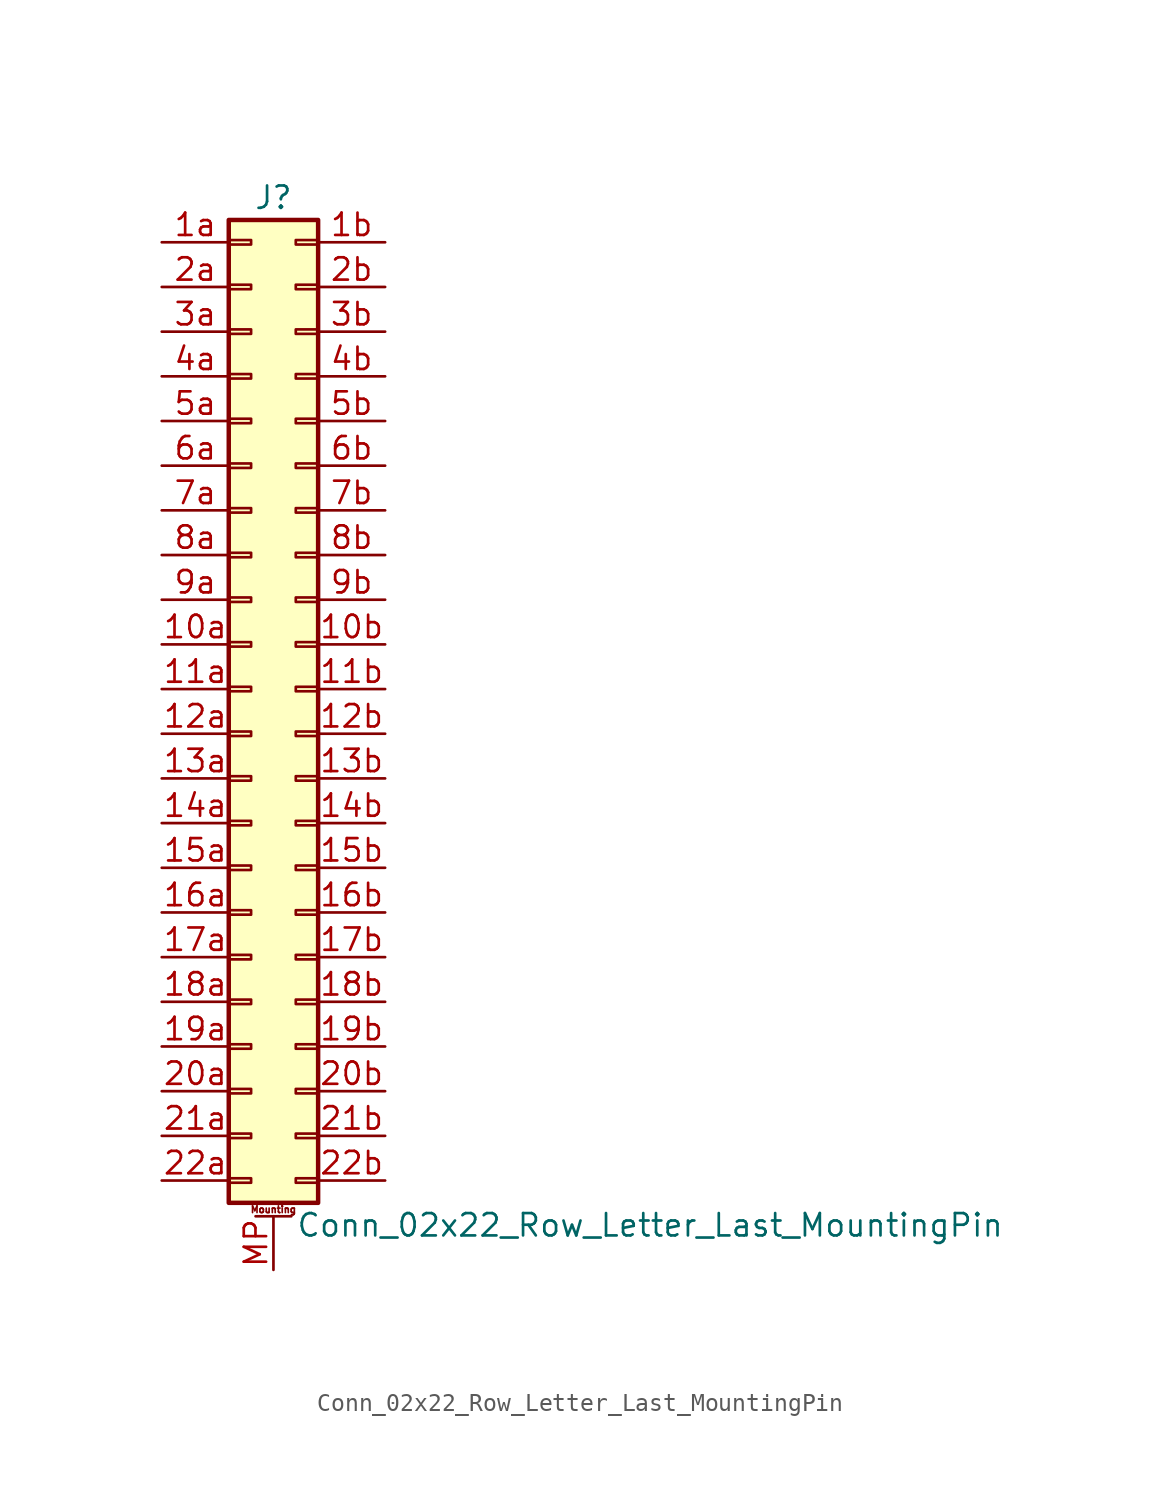
<source format=kicad_sym>
(kicad_symbol_lib
  (version 20201005)
  (generator kicad_symbol_editor)
  (symbol "Connector_Generic_MountingPin:Conn_02x22_Row_Letter_Last_MountingPin"
    (pin_names
      (offset 1.016) hide)
    (property "Reference" "J"
      (at 1.27 27.94 0)
      (effects (font (size 1.27 1.27))))
    (property "Value" "Conn_02x22_Row_Letter_Last_MountingPin"
      (at 2.54 -30.48 0)
      (effects (font (size 1.27 1.27)) (justify left)))
    (symbol "Conn_02x22_Row_Letter_Last_MountingPin_1_1"
      (text "Mounting" (at 1.27 -29.591 0) (effects (font (size 0.381 0.381))))
      (rectangle (start -1.27 -27.813) (end 0 -28.067) (stroke (width 0.152)) (fill (type none)))
      (rectangle (start -1.27 -4.953) (end 0 -5.207) (stroke (width 0.152)) (fill (type none)))
      (rectangle (start -1.27 -7.493) (end 0 -7.747) (stroke (width 0.152)) (fill (type none)))
      (rectangle (start -1.27 -10.033) (end 0 -10.287) (stroke (width 0.152)) (fill (type none)))
      (rectangle (start -1.27 -12.573) (end 0 -12.827) (stroke (width 0.152)) (fill (type none)))
      (rectangle (start -1.27 -15.113) (end 0 -15.367) (stroke (width 0.152)) (fill (type none)))
      (rectangle (start -1.27 -17.653) (end 0 -17.907) (stroke (width 0.152)) (fill (type none)))
      (rectangle (start -1.27 -20.193) (end 0 -20.447) (stroke (width 0.152)) (fill (type none)))
      (rectangle (start -1.27 -22.733) (end 0 -22.987) (stroke (width 0.152)) (fill (type none)))
      (rectangle (start -1.27 -2.413) (end 0 -2.667) (stroke (width 0.152)) (fill (type none)))
      (rectangle (start -1.27 -25.273) (end 0 -25.527) (stroke (width 0.152)) (fill (type none)))
      (rectangle (start -1.27 25.527) (end 0 25.273) (stroke (width 0.152)) (fill (type none)))
      (rectangle (start -1.27 2.667) (end 0 2.413) (stroke (width 0.152)) (fill (type none)))
      (rectangle (start -1.27 26.67) (end 3.81 -29.21) (stroke (width 0.254)) (fill (type background)))
      (rectangle (start -1.27 5.207) (end 0 4.953) (stroke (width 0.152)) (fill (type none)))
      (rectangle (start -1.27 7.747) (end 0 7.493) (stroke (width 0.152)) (fill (type none)))
      (rectangle (start -1.27 10.287) (end 0 10.033) (stroke (width 0.152)) (fill (type none)))
      (rectangle (start -1.27 0.127) (end 0 -0.127) (stroke (width 0.152)) (fill (type none)))
      (rectangle (start -1.27 12.827) (end 0 12.573) (stroke (width 0.152)) (fill (type none)))
      (rectangle (start -1.27 15.367) (end 0 15.113) (stroke (width 0.152)) (fill (type none)))
      (rectangle (start -1.27 17.907) (end 0 17.653) (stroke (width 0.152)) (fill (type none)))
      (rectangle (start -1.27 20.447) (end 0 20.193) (stroke (width 0.152)) (fill (type none)))
      (rectangle (start -1.27 22.987) (end 0 22.733) (stroke (width 0.152)) (fill (type none)))
      (rectangle (start 3.81 -27.813) (end 2.54 -28.067) (stroke (width 0.152)) (fill (type none)))
      (rectangle (start 3.81 -4.953) (end 2.54 -5.207) (stroke (width 0.152)) (fill (type none)))
      (rectangle (start 3.81 -7.493) (end 2.54 -7.747) (stroke (width 0.152)) (fill (type none)))
      (rectangle (start 3.81 -10.033) (end 2.54 -10.287) (stroke (width 0.152)) (fill (type none)))
      (rectangle (start 3.81 -12.573) (end 2.54 -12.827) (stroke (width 0.152)) (fill (type none)))
      (rectangle (start 3.81 -15.113) (end 2.54 -15.367) (stroke (width 0.152)) (fill (type none)))
      (rectangle (start 3.81 -17.653) (end 2.54 -17.907) (stroke (width 0.152)) (fill (type none)))
      (rectangle (start 3.81 -20.193) (end 2.54 -20.447) (stroke (width 0.152)) (fill (type none)))
      (rectangle (start 3.81 -22.733) (end 2.54 -22.987) (stroke (width 0.152)) (fill (type none)))
      (rectangle (start 3.81 -2.413) (end 2.54 -2.667) (stroke (width 0.152)) (fill (type none)))
      (rectangle (start 3.81 -25.273) (end 2.54 -25.527) (stroke (width 0.152)) (fill (type none)))
      (rectangle (start 3.81 25.527) (end 2.54 25.273) (stroke (width 0.152)) (fill (type none)))
      (rectangle (start 3.81 2.667) (end 2.54 2.413) (stroke (width 0.152)) (fill (type none)))
      (rectangle (start 3.81 5.207) (end 2.54 4.953) (stroke (width 0.152)) (fill (type none)))
      (rectangle (start 3.81 7.747) (end 2.54 7.493) (stroke (width 0.152)) (fill (type none)))
      (rectangle (start 3.81 10.287) (end 2.54 10.033) (stroke (width 0.152)) (fill (type none)))
      (rectangle (start 3.81 0.127) (end 2.54 -0.127) (stroke (width 0.152)) (fill (type none)))
      (rectangle (start 3.81 12.827) (end 2.54 12.573) (stroke (width 0.152)) (fill (type none)))
      (rectangle (start 3.81 15.367) (end 2.54 15.113) (stroke (width 0.152)) (fill (type none)))
      (rectangle (start 3.81 17.907) (end 2.54 17.653) (stroke (width 0.152)) (fill (type none)))
      (rectangle (start 3.81 20.447) (end 2.54 20.193) (stroke (width 0.152)) (fill (type none)))
      (rectangle (start 3.81 22.987) (end 2.54 22.733) (stroke (width 0.152)) (fill (type none)))
      (polyline (pts (xy 0.254 -29.972) (xy 2.286 -29.972)) (stroke (width 0.152)) (fill (type none)))
      (pin passive line (at 1.27 -33.02 90) (length 3.048) (name "MountPin" (effects (font (size 1.27 1.27)))) (number "MP" (effects (font (size 1.27 1.27)))))
      (pin passive line (at -5.08 2.54 0) (length 3.81) (name "Pin_10a" (effects (font (size 1.27 1.27)))) (number "10a" (effects (font (size 1.27 1.27)))))
      (pin passive line (at 7.62 2.54 180) (length 3.81) (name "Pin_10b" (effects (font (size 1.27 1.27)))) (number "10b" (effects (font (size 1.27 1.27)))))
      (pin passive line (at -5.08 0 0) (length 3.81) (name "Pin_11a" (effects (font (size 1.27 1.27)))) (number "11a" (effects (font (size 1.27 1.27)))))
      (pin passive line (at 7.62 0 180) (length 3.81) (name "Pin_11b" (effects (font (size 1.27 1.27)))) (number "11b" (effects (font (size 1.27 1.27)))))
      (pin passive line (at -5.08 -2.54 0) (length 3.81) (name "Pin_12a" (effects (font (size 1.27 1.27)))) (number "12a" (effects (font (size 1.27 1.27)))))
      (pin passive line (at 7.62 -2.54 180) (length 3.81) (name "Pin_12b" (effects (font (size 1.27 1.27)))) (number "12b" (effects (font (size 1.27 1.27)))))
      (pin passive line (at -5.08 -5.08 0) (length 3.81) (name "Pin_13a" (effects (font (size 1.27 1.27)))) (number "13a" (effects (font (size 1.27 1.27)))))
      (pin passive line (at 7.62 -5.08 180) (length 3.81) (name "Pin_13b" (effects (font (size 1.27 1.27)))) (number "13b" (effects (font (size 1.27 1.27)))))
      (pin passive line (at -5.08 -7.62 0) (length 3.81) (name "Pin_14a" (effects (font (size 1.27 1.27)))) (number "14a" (effects (font (size 1.27 1.27)))))
      (pin passive line (at 7.62 -7.62 180) (length 3.81) (name "Pin_14b" (effects (font (size 1.27 1.27)))) (number "14b" (effects (font (size 1.27 1.27)))))
      (pin passive line (at -5.08 -10.16 0) (length 3.81) (name "Pin_15a" (effects (font (size 1.27 1.27)))) (number "15a" (effects (font (size 1.27 1.27)))))
      (pin passive line (at 7.62 -10.16 180) (length 3.81) (name "Pin_15b" (effects (font (size 1.27 1.27)))) (number "15b" (effects (font (size 1.27 1.27)))))
      (pin passive line (at -5.08 -12.7 0) (length 3.81) (name "Pin_16a" (effects (font (size 1.27 1.27)))) (number "16a" (effects (font (size 1.27 1.27)))))
      (pin passive line (at 7.62 -12.7 180) (length 3.81) (name "Pin_16b" (effects (font (size 1.27 1.27)))) (number "16b" (effects (font (size 1.27 1.27)))))
      (pin passive line (at -5.08 -15.24 0) (length 3.81) (name "Pin_17a" (effects (font (size 1.27 1.27)))) (number "17a" (effects (font (size 1.27 1.27)))))
      (pin passive line (at 7.62 -15.24 180) (length 3.81) (name "Pin_17b" (effects (font (size 1.27 1.27)))) (number "17b" (effects (font (size 1.27 1.27)))))
      (pin passive line (at -5.08 -17.78 0) (length 3.81) (name "Pin_18a" (effects (font (size 1.27 1.27)))) (number "18a" (effects (font (size 1.27 1.27)))))
      (pin passive line (at 7.62 -17.78 180) (length 3.81) (name "Pin_18b" (effects (font (size 1.27 1.27)))) (number "18b" (effects (font (size 1.27 1.27)))))
      (pin passive line (at -5.08 -20.32 0) (length 3.81) (name "Pin_19a" (effects (font (size 1.27 1.27)))) (number "19a" (effects (font (size 1.27 1.27)))))
      (pin passive line (at 7.62 -20.32 180) (length 3.81) (name "Pin_19b" (effects (font (size 1.27 1.27)))) (number "19b" (effects (font (size 1.27 1.27)))))
      (pin passive line (at -5.08 25.4 0) (length 3.81) (name "Pin_1a" (effects (font (size 1.27 1.27)))) (number "1a" (effects (font (size 1.27 1.27)))))
      (pin passive line (at 7.62 25.4 180) (length 3.81) (name "Pin_1b" (effects (font (size 1.27 1.27)))) (number "1b" (effects (font (size 1.27 1.27)))))
      (pin passive line (at -5.08 -22.86 0) (length 3.81) (name "Pin_20a" (effects (font (size 1.27 1.27)))) (number "20a" (effects (font (size 1.27 1.27)))))
      (pin passive line (at 7.62 -22.86 180) (length 3.81) (name "Pin_20b" (effects (font (size 1.27 1.27)))) (number "20b" (effects (font (size 1.27 1.27)))))
      (pin passive line (at -5.08 -25.4 0) (length 3.81) (name "Pin_21a" (effects (font (size 1.27 1.27)))) (number "21a" (effects (font (size 1.27 1.27)))))
      (pin passive line (at 7.62 -25.4 180) (length 3.81) (name "Pin_21b" (effects (font (size 1.27 1.27)))) (number "21b" (effects (font (size 1.27 1.27)))))
      (pin passive line (at -5.08 -27.94 0) (length 3.81) (name "Pin_22a" (effects (font (size 1.27 1.27)))) (number "22a" (effects (font (size 1.27 1.27)))))
      (pin passive line (at 7.62 -27.94 180) (length 3.81) (name "Pin_22b" (effects (font (size 1.27 1.27)))) (number "22b" (effects (font (size 1.27 1.27)))))
      (pin passive line (at -5.08 22.86 0) (length 3.81) (name "Pin_2a" (effects (font (size 1.27 1.27)))) (number "2a" (effects (font (size 1.27 1.27)))))
      (pin passive line (at 7.62 22.86 180) (length 3.81) (name "Pin_2b" (effects (font (size 1.27 1.27)))) (number "2b" (effects (font (size 1.27 1.27)))))
      (pin passive line (at -5.08 20.32 0) (length 3.81) (name "Pin_3a" (effects (font (size 1.27 1.27)))) (number "3a" (effects (font (size 1.27 1.27)))))
      (pin passive line (at 7.62 20.32 180) (length 3.81) (name "Pin_3b" (effects (font (size 1.27 1.27)))) (number "3b" (effects (font (size 1.27 1.27)))))
      (pin passive line (at -5.08 17.78 0) (length 3.81) (name "Pin_4a" (effects (font (size 1.27 1.27)))) (number "4a" (effects (font (size 1.27 1.27)))))
      (pin passive line (at 7.62 17.78 180) (length 3.81) (name "Pin_4b" (effects (font (size 1.27 1.27)))) (number "4b" (effects (font (size 1.27 1.27)))))
      (pin passive line (at -5.08 15.24 0) (length 3.81) (name "Pin_5a" (effects (font (size 1.27 1.27)))) (number "5a" (effects (font (size 1.27 1.27)))))
      (pin passive line (at 7.62 15.24 180) (length 3.81) (name "Pin_5b" (effects (font (size 1.27 1.27)))) (number "5b" (effects (font (size 1.27 1.27)))))
      (pin passive line (at -5.08 12.7 0) (length 3.81) (name "Pin_6a" (effects (font (size 1.27 1.27)))) (number "6a" (effects (font (size 1.27 1.27)))))
      (pin passive line (at 7.62 12.7 180) (length 3.81) (name "Pin_6b" (effects (font (size 1.27 1.27)))) (number "6b" (effects (font (size 1.27 1.27)))))
      (pin passive line (at -5.08 10.16 0) (length 3.81) (name "Pin_7a" (effects (font (size 1.27 1.27)))) (number "7a" (effects (font (size 1.27 1.27)))))
      (pin passive line (at 7.62 10.16 180) (length 3.81) (name "Pin_7b" (effects (font (size 1.27 1.27)))) (number "7b" (effects (font (size 1.27 1.27)))))
      (pin passive line (at -5.08 7.62 0) (length 3.81) (name "Pin_8a" (effects (font (size 1.27 1.27)))) (number "8a" (effects (font (size 1.27 1.27)))))
      (pin passive line (at 7.62 7.62 180) (length 3.81) (name "Pin_8b" (effects (font (size 1.27 1.27)))) (number "8b" (effects (font (size 1.27 1.27)))))
      (pin passive line (at -5.08 5.08 0) (length 3.81) (name "Pin_9a" (effects (font (size 1.27 1.27)))) (number "9a" (effects (font (size 1.27 1.27)))))
      (pin passive line (at 7.62 5.08 180) (length 3.81) (name "Pin_9b" (effects (font (size 1.27 1.27)))) (number "9b" (effects (font (size 1.27 1.27))))))))
</source>
